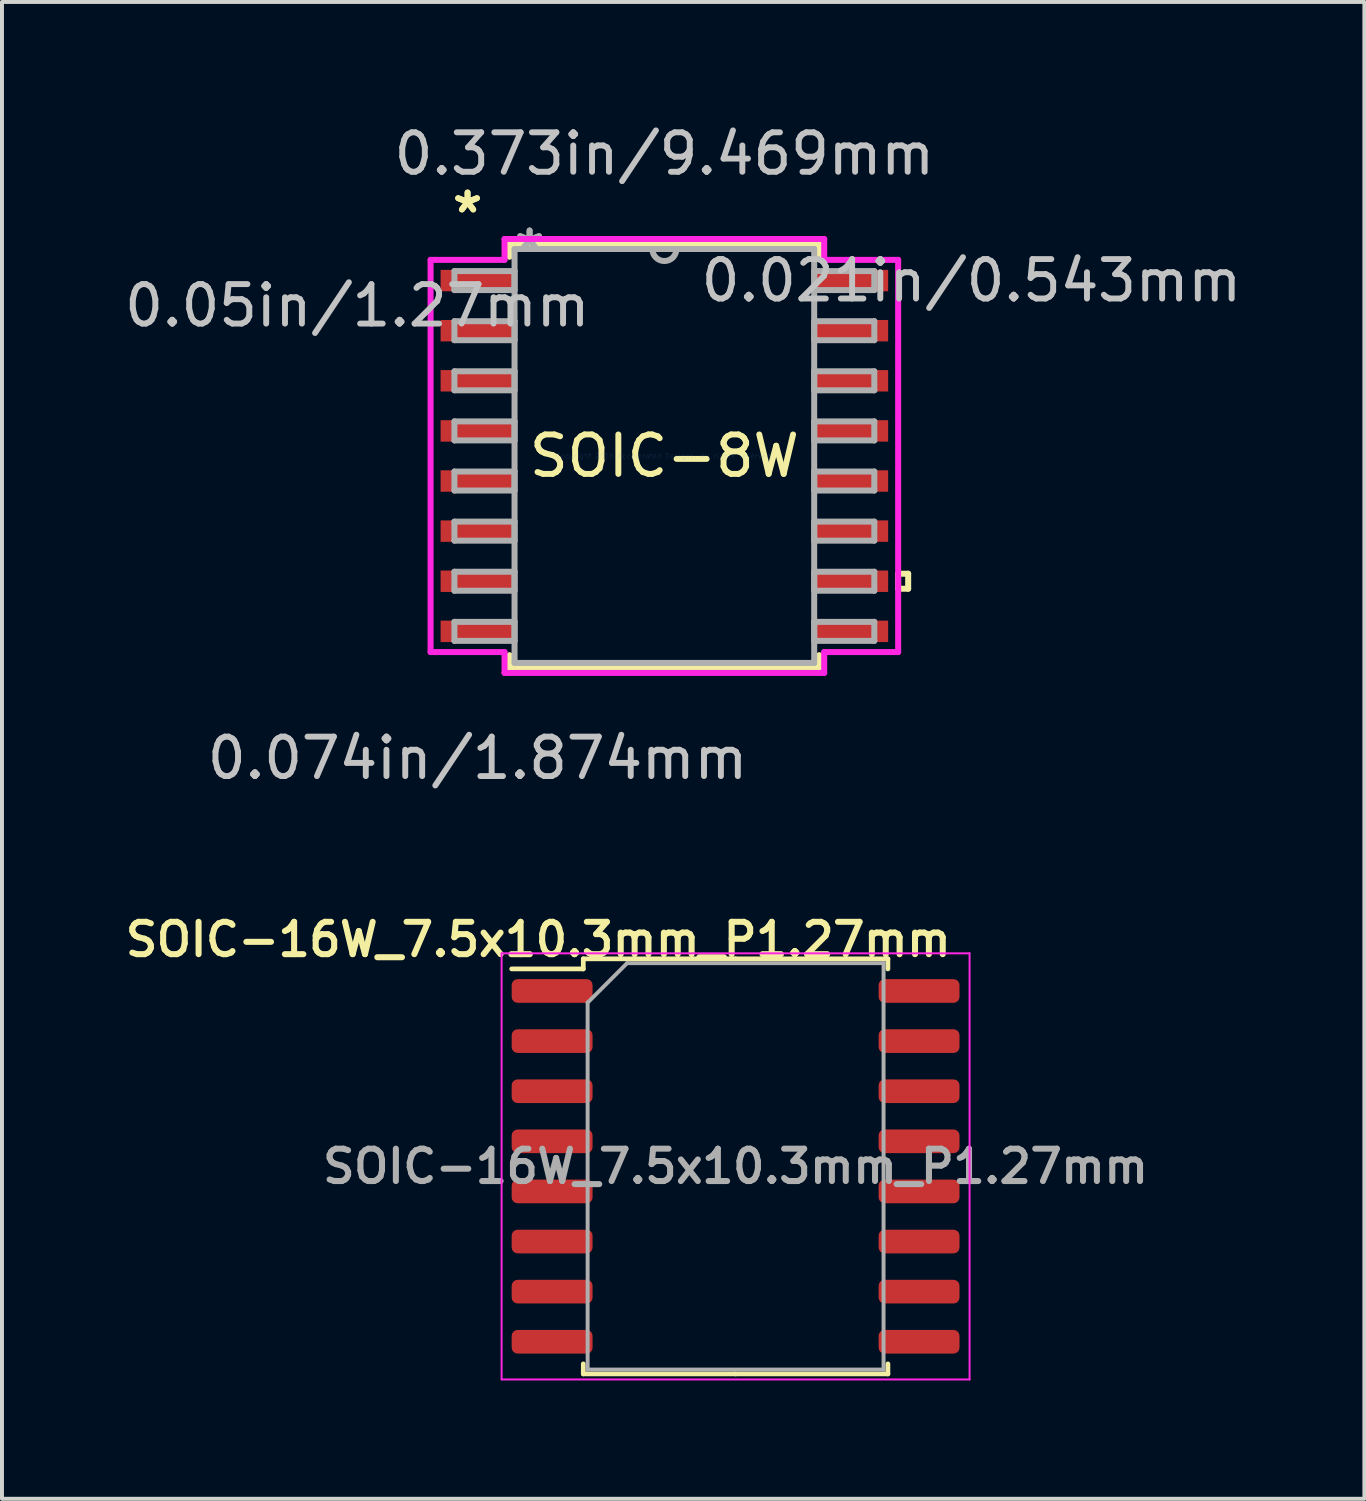
<source format=kicad_pcb>
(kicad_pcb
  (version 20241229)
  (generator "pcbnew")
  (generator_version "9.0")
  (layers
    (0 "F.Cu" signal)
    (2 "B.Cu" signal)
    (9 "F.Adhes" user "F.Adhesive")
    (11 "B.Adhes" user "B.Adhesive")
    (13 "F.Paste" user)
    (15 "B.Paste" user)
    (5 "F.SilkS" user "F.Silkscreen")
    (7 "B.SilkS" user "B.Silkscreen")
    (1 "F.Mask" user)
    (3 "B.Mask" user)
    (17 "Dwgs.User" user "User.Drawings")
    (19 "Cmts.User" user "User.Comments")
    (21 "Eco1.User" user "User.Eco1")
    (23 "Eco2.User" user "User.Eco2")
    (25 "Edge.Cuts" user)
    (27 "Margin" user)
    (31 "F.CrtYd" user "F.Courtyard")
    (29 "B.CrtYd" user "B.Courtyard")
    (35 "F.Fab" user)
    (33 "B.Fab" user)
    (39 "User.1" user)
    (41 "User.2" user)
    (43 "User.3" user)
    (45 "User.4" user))
  (footprint "SOIC-8W"
    (layer "F.Cu")
    (at 13.788 8.506)
    (property "Reference" "SOIC-8W" (at 0 0 0) (layer "F.SilkS") (effects (font (size 1 1) (thickness 0.15))))
    (attr through_hole)
    (fp_line (start -3.924 -5.372) (end -3.924 -5.049) (stroke (width 0.152) (type solid)) (layer "F.SilkS"))
    (fp_line (start -3.924 5.049) (end -3.924 5.372) (stroke (width 0.152) (type solid)) (layer "F.SilkS"))
    (fp_line (start -3.924 5.372) (end 3.924 5.372) (stroke (width 0.152) (type solid)) (layer "F.SilkS"))
    (fp_line (start 3.924 -5.372) (end -3.924 -5.372) (stroke (width 0.152) (type solid)) (layer "F.SilkS"))
    (fp_line (start 3.924 -5.049) (end 3.924 -5.372) (stroke (width 0.152) (type solid)) (layer "F.SilkS"))
    (fp_line (start 3.924 5.372) (end 3.924 5.049) (stroke (width 0.152) (type solid)) (layer "F.SilkS"))
    (fp_line (start 5.925 2.985) (end 6.179 2.985) (stroke (width 0.152) (type solid)) (layer "F.SilkS"))
    (fp_line (start 5.925 3.365) (end 5.925 2.985) (stroke (width 0.152) (type solid)) (layer "F.SilkS"))
    (fp_line (start 6.179 2.985) (end 6.179 3.365) (stroke (width 0.152) (type solid)) (layer "F.SilkS"))
    (fp_line (start 6.179 3.365) (end 5.925 3.365) (stroke (width 0.152) (type solid)) (layer "F.SilkS"))
    (fp_line (start -5.925 -4.97) (end -4.051 -4.97) (stroke (width 0.152) (type solid)) (layer "F.CrtYd"))
    (fp_line (start -5.925 4.97) (end -5.925 -4.97) (stroke (width 0.152) (type solid)) (layer "F.CrtYd"))
    (fp_line (start -4.051 -5.499) (end 4.051 -5.499) (stroke (width 0.152) (type solid)) (layer "F.CrtYd"))
    (fp_line (start -4.051 -4.97) (end -4.051 -5.499) (stroke (width 0.152) (type solid)) (layer "F.CrtYd"))
    (fp_line (start -4.051 4.97) (end -5.925 4.97) (stroke (width 0.152) (type solid)) (layer "F.CrtYd"))
    (fp_line (start -4.051 5.499) (end -4.051 4.97) (stroke (width 0.152) (type solid)) (layer "F.CrtYd"))
    (fp_line (start 4.051 -5.499) (end 4.051 -4.97) (stroke (width 0.152) (type solid)) (layer "F.CrtYd"))
    (fp_line (start 4.051 -4.97) (end 5.925 -4.97) (stroke (width 0.152) (type solid)) (layer "F.CrtYd"))
    (fp_line (start 4.051 4.97) (end 4.051 5.499) (stroke (width 0.152) (type solid)) (layer "F.CrtYd"))
    (fp_line (start 4.051 5.499) (end -4.051 5.499) (stroke (width 0.152) (type solid)) (layer "F.CrtYd"))
    (fp_line (start 5.925 -4.97) (end 5.925 4.97) (stroke (width 0.152) (type solid)) (layer "F.CrtYd"))
    (fp_line (start 5.925 4.97) (end 4.051 4.97) (stroke (width 0.152) (type solid)) (layer "F.CrtYd"))
    (fp_line (start -5.321 -4.686) (end -5.321 -4.204) (stroke (width 0.152) (type solid)) (layer "F.Fab"))
    (fp_line (start -5.321 -4.204) (end -3.797 -4.204) (stroke (width 0.152) (type solid)) (layer "F.Fab"))
    (fp_line (start -5.321 -3.416) (end -5.321 -2.934) (stroke (width 0.152) (type solid)) (layer "F.Fab"))
    (fp_line (start -5.321 -2.934) (end -3.797 -2.934) (stroke (width 0.152) (type solid)) (layer "F.Fab"))
    (fp_line (start -5.321 -2.146) (end -5.321 -1.664) (stroke (width 0.152) (type solid)) (layer "F.Fab"))
    (fp_line (start -5.321 -1.664) (end -3.797 -1.664) (stroke (width 0.152) (type solid)) (layer "F.Fab"))
    (fp_line (start -5.321 -0.876) (end -5.321 -0.394) (stroke (width 0.152) (type solid)) (layer "F.Fab"))
    (fp_line (start -5.321 -0.394) (end -3.797 -0.394) (stroke (width 0.152) (type solid)) (layer "F.Fab"))
    (fp_line (start -5.321 0.394) (end -5.321 0.876) (stroke (width 0.152) (type solid)) (layer "F.Fab"))
    (fp_line (start -5.321 0.876) (end -3.797 0.876) (stroke (width 0.152) (type solid)) (layer "F.Fab"))
    (fp_line (start -5.321 1.664) (end -5.321 2.146) (stroke (width 0.152) (type solid)) (layer "F.Fab"))
    (fp_line (start -5.321 2.146) (end -3.797 2.146) (stroke (width 0.152) (type solid)) (layer "F.Fab"))
    (fp_line (start -5.321 2.934) (end -5.321 3.416) (stroke (width 0.152) (type solid)) (layer "F.Fab"))
    (fp_line (start -5.321 3.416) (end -3.797 3.416) (stroke (width 0.152) (type solid)) (layer "F.Fab"))
    (fp_line (start -5.321 4.204) (end -5.321 4.686) (stroke (width 0.152) (type solid)) (layer "F.Fab"))
    (fp_line (start -5.321 4.686) (end -3.797 4.686) (stroke (width 0.152) (type solid)) (layer "F.Fab"))
    (fp_line (start -3.797 -5.245) (end -3.797 5.245) (stroke (width 0.152) (type solid)) (layer "F.Fab"))
    (fp_line (start -3.797 -4.686) (end -5.321 -4.686) (stroke (width 0.152) (type solid)) (layer "F.Fab"))
    (fp_line (start -3.797 -4.204) (end -3.797 -4.686) (stroke (width 0.152) (type solid)) (layer "F.Fab"))
    (fp_line (start -3.797 -3.416) (end -5.321 -3.416) (stroke (width 0.152) (type solid)) (layer "F.Fab"))
    (fp_line (start -3.797 -2.934) (end -3.797 -3.416) (stroke (width 0.152) (type solid)) (layer "F.Fab"))
    (fp_line (start -3.797 -2.146) (end -5.321 -2.146) (stroke (width 0.152) (type solid)) (layer "F.Fab"))
    (fp_line (start -3.797 -1.664) (end -3.797 -2.146) (stroke (width 0.152) (type solid)) (layer "F.Fab"))
    (fp_line (start -3.797 -0.876) (end -5.321 -0.876) (stroke (width 0.152) (type solid)) (layer "F.Fab"))
    (fp_line (start -3.797 -0.394) (end -3.797 -0.876) (stroke (width 0.152) (type solid)) (layer "F.Fab"))
    (fp_line (start -3.797 0.394) (end -5.321 0.394) (stroke (width 0.152) (type solid)) (layer "F.Fab"))
    (fp_line (start -3.797 0.876) (end -3.797 0.394) (stroke (width 0.152) (type solid)) (layer "F.Fab"))
    (fp_line (start -3.797 1.664) (end -5.321 1.664) (stroke (width 0.152) (type solid)) (layer "F.Fab"))
    (fp_line (start -3.797 2.146) (end -3.797 1.664) (stroke (width 0.152) (type solid)) (layer "F.Fab"))
    (fp_line (start -3.797 2.934) (end -5.321 2.934) (stroke (width 0.152) (type solid)) (layer "F.Fab"))
    (fp_line (start -3.797 3.416) (end -3.797 2.934) (stroke (width 0.152) (type solid)) (layer "F.Fab"))
    (fp_line (start -3.797 4.204) (end -5.321 4.204) (stroke (width 0.152) (type solid)) (layer "F.Fab"))
    (fp_line (start -3.797 4.686) (end -3.797 4.204) (stroke (width 0.152) (type solid)) (layer "F.Fab"))
    (fp_line (start -3.797 5.245) (end 3.797 5.245) (stroke (width 0.152) (type solid)) (layer "F.Fab"))
    (fp_line (start 3.797 -5.245) (end -3.797 -5.245) (stroke (width 0.152) (type solid)) (layer "F.Fab"))
    (fp_line (start 3.797 -4.686) (end 3.797 -4.204) (stroke (width 0.152) (type solid)) (layer "F.Fab"))
    (fp_line (start 3.797 -4.204) (end 5.321 -4.204) (stroke (width 0.152) (type solid)) (layer "F.Fab"))
    (fp_line (start 3.797 -3.416) (end 3.797 -2.934) (stroke (width 0.152) (type solid)) (layer "F.Fab"))
    (fp_line (start 3.797 -2.934) (end 5.321 -2.934) (stroke (width 0.152) (type solid)) (layer "F.Fab"))
    (fp_line (start 3.797 -2.146) (end 3.797 -1.664) (stroke (width 0.152) (type solid)) (layer "F.Fab"))
    (fp_line (start 3.797 -1.664) (end 5.321 -1.664) (stroke (width 0.152) (type solid)) (layer "F.Fab"))
    (fp_line (start 3.797 -0.876) (end 3.797 -0.394) (stroke (width 0.152) (type solid)) (layer "F.Fab"))
    (fp_line (start 3.797 -0.394) (end 5.321 -0.394) (stroke (width 0.152) (type solid)) (layer "F.Fab"))
    (fp_line (start 3.797 0.394) (end 3.797 0.876) (stroke (width 0.152) (type solid)) (layer "F.Fab"))
    (fp_line (start 3.797 0.876) (end 5.321 0.876) (stroke (width 0.152) (type solid)) (layer "F.Fab"))
    (fp_line (start 3.797 1.664) (end 3.797 2.146) (stroke (width 0.152) (type solid)) (layer "F.Fab"))
    (fp_line (start 3.797 2.146) (end 5.321 2.146) (stroke (width 0.152) (type solid)) (layer "F.Fab"))
    (fp_line (start 3.797 2.934) (end 3.797 3.416) (stroke (width 0.152) (type solid)) (layer "F.Fab"))
    (fp_line (start 3.797 3.416) (end 5.321 3.416) (stroke (width 0.152) (type solid)) (layer "F.Fab"))
    (fp_line (start 3.797 4.204) (end 3.797 4.686) (stroke (width 0.152) (type solid)) (layer "F.Fab"))
    (fp_line (start 3.797 4.686) (end 5.321 4.686) (stroke (width 0.152) (type solid)) (layer "F.Fab"))
    (fp_line (start 3.797 5.245) (end 3.797 -5.245) (stroke (width 0.152) (type solid)) (layer "F.Fab"))
    (fp_line (start 5.321 -4.686) (end 3.797 -4.686) (stroke (width 0.152) (type solid)) (layer "F.Fab"))
    (fp_line (start 5.321 -4.204) (end 5.321 -4.686) (stroke (width 0.152) (type solid)) (layer "F.Fab"))
    (fp_line (start 5.321 -3.416) (end 3.797 -3.416) (stroke (width 0.152) (type solid)) (layer "F.Fab"))
    (fp_line (start 5.321 -2.934) (end 5.321 -3.416) (stroke (width 0.152) (type solid)) (layer "F.Fab"))
    (fp_line (start 5.321 -2.146) (end 3.797 -2.146) (stroke (width 0.152) (type solid)) (layer "F.Fab"))
    (fp_line (start 5.321 -1.664) (end 5.321 -2.146) (stroke (width 0.152) (type solid)) (layer "F.Fab"))
    (fp_line (start 5.321 -0.876) (end 3.797 -0.876) (stroke (width 0.152) (type solid)) (layer "F.Fab"))
    (fp_line (start 5.321 -0.394) (end 5.321 -0.876) (stroke (width 0.152) (type solid)) (layer "F.Fab"))
    (fp_line (start 5.321 0.394) (end 3.797 0.394) (stroke (width 0.152) (type solid)) (layer "F.Fab"))
    (fp_line (start 5.321 0.876) (end 5.321 0.394) (stroke (width 0.152) (type solid)) (layer "F.Fab"))
    (fp_line (start 5.321 1.664) (end 3.797 1.664) (stroke (width 0.152) (type solid)) (layer "F.Fab"))
    (fp_line (start 5.321 2.146) (end 5.321 1.664) (stroke (width 0.152) (type solid)) (layer "F.Fab"))
    (fp_line (start 5.321 2.934) (end 3.797 2.934) (stroke (width 0.152) (type solid)) (layer "F.Fab"))
    (fp_line (start 5.321 3.416) (end 5.321 2.934) (stroke (width 0.152) (type solid)) (layer "F.Fab"))
    (fp_line (start 5.321 4.204) (end 3.797 4.204) (stroke (width 0.152) (type solid)) (layer "F.Fab"))
    (fp_line (start 5.321 4.686) (end 5.321 4.204) (stroke (width 0.152) (type solid)) (layer "F.Fab"))
    (fp_arc (start 0.3048 -5.2451) (mid 0 -4.9403) (end -0.3048 -5.2451) (stroke (width 0.1524) (type solid)) (layer "F.Fab"))
    (fp_text user "*" (at -4.988 -6.131 0) (layer "F.SilkS") (effects (font (size 1 1) (thickness 0.15))))
    (fp_text user "*" (at -4.988 -6.131 0) (layer "F.SilkS") (effects (font (size 1 1) (thickness 0.15))))
    (fp_text user "0.05in/1.27mm" (at -7.782 -3.81 0) (layer "Dwgs.User") (effects (font (size 1 1) (thickness 0.15))))
    (fp_text user "0.021in/0.543mm" (at 7.782 -4.445 0) (layer "Dwgs.User") (effects (font (size 1 1) (thickness 0.15))))
    (fp_text user "0.074in/1.874mm" (at -4.734 7.658 0) (layer "Dwgs.User") (effects (font (size 1 1) (thickness 0.15))))
    (fp_text user "0.373in/9.469mm" (at 0 -7.658 0) (layer "Dwgs.User") (effects (font (size 1 1) (thickness 0.15))))
    (fp_text user "Copyright 2016 Accelerated Designs. All rights reserved." (at 0 0 0) (layer "Cmts.User") (effects (font (size 0.127 0.127) (thickness 0.002))))
    (fp_text user "*" (at -3.416 -5.169 0) (layer "F.Fab") (effects (font (size 1 1) (thickness 0.15))))
    (fp_text user "*" (at -3.416 -5.169 0) (layer "F.Fab") (effects (font (size 1 1) (thickness 0.15))))
    (pad "1" smd rect (at -4.734 -4.445) (size 1.874 0.543) (layers "F.Cu" "F.Mask" "F.Paste"))
    (pad "2" smd rect (at -4.734 -3.175) (size 1.874 0.543) (layers "F.Cu" "F.Mask" "F.Paste"))
    (pad "3" smd rect (at -4.734 -1.905) (size 1.874 0.543) (layers "F.Cu" "F.Mask" "F.Paste"))
    (pad "4" smd rect (at -4.734 -0.635) (size 1.874 0.543) (layers "F.Cu" "F.Mask" "F.Paste"))
    (pad "5" smd rect (at -4.734 0.635) (size 1.874 0.543) (layers "F.Cu" "F.Mask" "F.Paste"))
    (pad "6" smd rect (at -4.734 1.905) (size 1.874 0.543) (layers "F.Cu" "F.Mask" "F.Paste"))
    (pad "7" smd rect (at -4.734 3.175) (size 1.874 0.543) (layers "F.Cu" "F.Mask" "F.Paste"))
    (pad "8" smd rect (at -4.734 4.445) (size 1.874 0.543) (layers "F.Cu" "F.Mask" "F.Paste"))
    (pad "9" smd rect (at 4.734 4.445) (size 1.874 0.543) (layers "F.Cu" "F.Mask" "F.Paste"))
    (pad "10" smd rect (at 4.734 3.175) (size 1.874 0.543) (layers "F.Cu" "F.Mask" "F.Paste"))
    (pad "11" smd rect (at 4.734 1.905) (size 1.874 0.543) (layers "F.Cu" "F.Mask" "F.Paste"))
    (pad "12" smd rect (at 4.734 0.635) (size 1.874 0.543) (layers "F.Cu" "F.Mask" "F.Paste"))
    (pad "13" smd rect (at 4.734 -0.635) (size 1.874 0.543) (layers "F.Cu" "F.Mask" "F.Paste"))
    (pad "14" smd rect (at 4.734 -1.905) (size 1.874 0.543) (layers "F.Cu" "F.Mask" "F.Paste"))
    (pad "15" smd rect (at 4.734 -3.175) (size 1.874 0.543) (layers "F.Cu" "F.Mask" "F.Paste"))
    (pad "16" smd rect (at 4.734 -4.445) (size 1.874 0.543) (layers "F.Cu" "F.Mask" "F.Paste")))
  (footprint "SOIC-16W_7.5x10.3mm_P1.27mm"
    (layer "F.Cu")
    (at 15.593 26.511)
    (property "Reference" "SOIC-16W_7.5x10.3mm_P1.27mm" (at -5 -5.75 180) (layer "F.SilkS") (effects (font (size 0.82 0.82) (thickness 0.153))))
    (attr smd)
    (fp_line (start -3.86 -5.26) (end -3.86 -5.005) (stroke (width 0.12) (type solid)) (layer "F.SilkS"))
    (fp_line (start -3.86 -5.005) (end -5.675 -5.005) (stroke (width 0.12) (type solid)) (layer "F.SilkS"))
    (fp_line (start -3.86 5.26) (end -3.86 5.005) (stroke (width 0.12) (type solid)) (layer "F.SilkS"))
    (fp_line (start 0 -5.26) (end -3.86 -5.26) (stroke (width 0.12) (type solid)) (layer "F.SilkS"))
    (fp_line (start 0 -5.26) (end 3.86 -5.26) (stroke (width 0.12) (type solid)) (layer "F.SilkS"))
    (fp_line (start 0 5.26) (end -3.86 5.26) (stroke (width 0.12) (type solid)) (layer "F.SilkS"))
    (fp_line (start 0 5.26) (end 3.86 5.26) (stroke (width 0.12) (type solid)) (layer "F.SilkS"))
    (fp_line (start 3.86 -5.26) (end 3.86 -5.005) (stroke (width 0.12) (type solid)) (layer "F.SilkS"))
    (fp_line (start 3.86 5.26) (end 3.86 5.005) (stroke (width 0.12) (type solid)) (layer "F.SilkS"))
    (fp_line (start -5.93 -5.4) (end -5.93 5.4) (stroke (width 0.05) (type solid)) (layer "F.CrtYd"))
    (fp_line (start -5.93 5.4) (end 5.93 5.4) (stroke (width 0.05) (type solid)) (layer "F.CrtYd"))
    (fp_line (start 5.93 -5.4) (end -5.93 -5.4) (stroke (width 0.05) (type solid)) (layer "F.CrtYd"))
    (fp_line (start 5.93 5.4) (end 5.93 -5.4) (stroke (width 0.05) (type solid)) (layer "F.CrtYd"))
    (fp_line (start -3.75 -4.15) (end -2.75 -5.15) (stroke (width 0.1) (type solid)) (layer "F.Fab"))
    (fp_line (start -3.75 5.15) (end -3.75 -4.15) (stroke (width 0.1) (type solid)) (layer "F.Fab"))
    (fp_line (start -2.75 -5.15) (end 3.75 -5.15) (stroke (width 0.1) (type solid)) (layer "F.Fab"))
    (fp_line (start 3.75 -5.15) (end 3.75 5.15) (stroke (width 0.1) (type solid)) (layer "F.Fab"))
    (fp_line (start 3.75 5.15) (end -3.75 5.15) (stroke (width 0.1) (type solid)) (layer "F.Fab"))
    (fp_text user "${REFERENCE}" (at 0 0 180) (layer "F.Fab") (effects (font (size 0.82 0.82) (thickness 0.153))))
    (pad "1" smd roundrect (at -4.65 -4.445) (size 2.05 0.6) (layers "F.Cu" "F.Mask" "F.Paste") (roundrect_rratio 0.25))
    (pad "2" smd roundrect (at -4.65 -3.175) (size 2.05 0.6) (layers "F.Cu" "F.Mask" "F.Paste") (roundrect_rratio 0.25))
    (pad "3" smd roundrect (at -4.65 -1.905) (size 2.05 0.6) (layers "F.Cu" "F.Mask" "F.Paste") (roundrect_rratio 0.25))
    (pad "4" smd roundrect (at -4.65 -0.635) (size 2.05 0.6) (layers "F.Cu" "F.Mask" "F.Paste") (roundrect_rratio 0.25))
    (pad "5" smd roundrect (at -4.65 0.635) (size 2.05 0.6) (layers "F.Cu" "F.Mask" "F.Paste") (roundrect_rratio 0.25))
    (pad "6" smd roundrect (at -4.65 1.905) (size 2.05 0.6) (layers "F.Cu" "F.Mask" "F.Paste") (roundrect_rratio 0.25))
    (pad "7" smd roundrect (at -4.65 3.175) (size 2.05 0.6) (layers "F.Cu" "F.Mask" "F.Paste") (roundrect_rratio 0.25))
    (pad "8" smd roundrect (at -4.65 4.445) (size 2.05 0.6) (layers "F.Cu" "F.Mask" "F.Paste") (roundrect_rratio 0.25))
    (pad "9" smd roundrect (at 4.65 4.445) (size 2.05 0.6) (layers "F.Cu" "F.Mask" "F.Paste") (roundrect_rratio 0.25))
    (pad "10" smd roundrect (at 4.65 3.175) (size 2.05 0.6) (layers "F.Cu" "F.Mask" "F.Paste") (roundrect_rratio 0.25))
    (pad "11" smd roundrect (at 4.65 1.905) (size 2.05 0.6) (layers "F.Cu" "F.Mask" "F.Paste") (roundrect_rratio 0.25))
    (pad "12" smd roundrect (at 4.65 0.635) (size 2.05 0.6) (layers "F.Cu" "F.Mask" "F.Paste") (roundrect_rratio 0.25))
    (pad "13" smd roundrect (at 4.65 -0.635) (size 2.05 0.6) (layers "F.Cu" "F.Mask" "F.Paste") (roundrect_rratio 0.25))
    (pad "14" smd roundrect (at 4.65 -1.905) (size 2.05 0.6) (layers "F.Cu" "F.Mask" "F.Paste") (roundrect_rratio 0.25))
    (pad "15" smd roundrect (at 4.65 -3.175) (size 2.05 0.6) (layers "F.Cu" "F.Mask" "F.Paste") (roundrect_rratio 0.25))
    (pad "16" smd roundrect (at 4.65 -4.445) (size 2.05 0.6) (layers "F.Cu" "F.Mask" "F.Paste") (roundrect_rratio 0.25)))
  (gr_rect
    (start -3 -3)
    (end 31.529 34.936)
    (stroke (width 0.1) (type default))
    (fill no)
    (layer "Edge.Cuts")))
</source>
